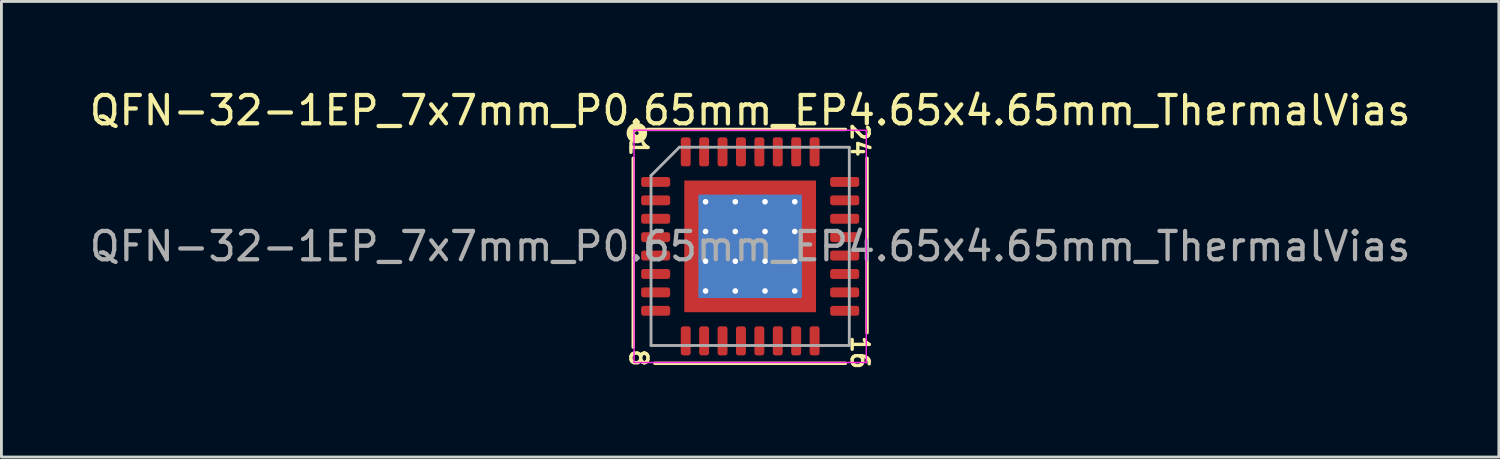
<source format=kicad_pcb>
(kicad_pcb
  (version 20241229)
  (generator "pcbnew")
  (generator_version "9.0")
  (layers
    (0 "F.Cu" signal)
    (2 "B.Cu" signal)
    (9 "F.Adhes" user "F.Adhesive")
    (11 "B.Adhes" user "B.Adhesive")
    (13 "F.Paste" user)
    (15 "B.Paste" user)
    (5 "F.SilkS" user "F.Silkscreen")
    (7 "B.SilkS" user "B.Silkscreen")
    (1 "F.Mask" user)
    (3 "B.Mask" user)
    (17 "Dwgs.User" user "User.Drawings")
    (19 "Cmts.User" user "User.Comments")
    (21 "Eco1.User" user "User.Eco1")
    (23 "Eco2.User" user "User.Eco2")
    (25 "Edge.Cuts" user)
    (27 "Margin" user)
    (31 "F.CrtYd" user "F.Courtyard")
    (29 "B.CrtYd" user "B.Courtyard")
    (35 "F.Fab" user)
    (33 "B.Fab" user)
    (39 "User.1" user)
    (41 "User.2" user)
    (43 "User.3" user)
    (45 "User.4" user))
  (footprint "QFN-32-1EP_7x7mm_P0.65mm_EP4.65x4.65mm_ThermalVias"
    (layer "F.Cu")
    (at 23.435 5.648)
    (property "Reference" "QFN-32-1EP_7x7mm_P0.65mm_EP4.65x4.65mm_ThermalVias" (at 0 -4.8 0) (layer "F.SilkS") (effects (font (size 1 1) (thickness 0.15))))
    (attr smd)
    (fp_line (start -4.128 -3.111) (end -4.128 3.556) (stroke (width 0.12) (type solid)) (layer "F.SilkS"))
    (fp_line (start -3.365 4.128) (end 3.365 4.128) (stroke (width 0.12) (type solid)) (layer "F.SilkS"))
    (fp_line (start 3.365 -4.128) (end -3.619 -4.128) (stroke (width 0.12) (type solid)) (layer "F.SilkS"))
    (fp_line (start 4.128 3.048) (end 4.128 -3.111) (stroke (width 0.12) (type solid)) (layer "F.SilkS"))
    (fp_circle (center -4 -4) (end -3.937 -4) (stroke (width 0.3) (type solid)) (fill no) (layer "F.SilkS"))
    (fp_line (start -4.1 -4.1) (end -4.1 4.1) (stroke (width 0.05) (type solid)) (layer "F.CrtYd"))
    (fp_line (start -4.1 4.1) (end 4.1 4.1) (stroke (width 0.05) (type solid)) (layer "F.CrtYd"))
    (fp_line (start 4.1 -4.1) (end -4.1 -4.1) (stroke (width 0.05) (type solid)) (layer "F.CrtYd"))
    (fp_line (start 4.1 4.1) (end 4.1 -4.1) (stroke (width 0.05) (type solid)) (layer "F.CrtYd"))
    (fp_line (start -3.5 -2.5) (end -2.5 -3.5) (stroke (width 0.1) (type solid)) (layer "F.Fab"))
    (fp_line (start -3.5 3.5) (end -3.5 -2.5) (stroke (width 0.1) (type solid)) (layer "F.Fab"))
    (fp_line (start -2.5 -3.5) (end 3.5 -3.5) (stroke (width 0.1) (type solid)) (layer "F.Fab"))
    (fp_line (start 3.5 -3.5) (end 3.5 3.5) (stroke (width 0.1) (type solid)) (layer "F.Fab"))
    (fp_line (start 3.5 3.5) (end -3.5 3.5) (stroke (width 0.1) (type solid)) (layer "F.Fab"))
    (fp_text user "16" (at 3.873 3.747 270) (unlocked yes) (layer "F.SilkS") (effects (font (size 0.6 0.6) (thickness 0.12))))
    (fp_text user "1" (at -3.937 -3.493 270) (unlocked yes) (layer "F.SilkS") (effects (font (size 0.6 0.6) (thickness 0.12))))
    (fp_text user "24" (at 3.873 -3.747 270) (unlocked yes) (layer "F.SilkS") (effects (font (size 0.6 0.6) (thickness 0.12))))
    (fp_text user "8" (at -3.937 3.937 270) (unlocked yes) (layer "F.SilkS") (effects (font (size 0.6 0.6) (thickness 0.12))))
    (fp_text user "${REFERENCE}" (at 0 0 0) (layer "F.Fab") (effects (font (size 1 1) (thickness 0.15))))
    (pad "" smd custom (at -1.95 -1.95) (size 0.507 0.507) (layers "F.Paste") (options (anchor circle)) (primitives (gr_poly (pts (xy 0.205 0.125) (xy 0.125 0.205) (xy -0.205 0.205) (xy -0.205 -0.205) (xy 0.205 -0.205)) (width 0.194) (fill yes))))
    (pad "" smd custom (at -1.95 -1.05) (size 0.528 0.528) (layers "F.Paste") (options (anchor circle)) (primitives (gr_poly (pts (xy 0.226 -0.283) (xy 0.226 0.283) (xy 0.162 0.347) (xy -0.226 0.347) (xy -0.226 -0.347) (xy 0.162 -0.347)) (width 0.153) (fill yes))))
    (pad "" smd custom (at -1.95 0) (size 0.528 0.528) (layers "F.Paste") (options (anchor circle)) (primitives (gr_poly (pts (xy 0.226 -0.283) (xy 0.226 0.283) (xy 0.162 0.347) (xy -0.226 0.347) (xy -0.226 -0.347) (xy 0.162 -0.347)) (width 0.153) (fill yes))))
    (pad "" smd custom (at -1.95 1.05) (size 0.528 0.528) (layers "F.Paste") (options (anchor circle)) (primitives (gr_poly (pts (xy 0.226 -0.283) (xy 0.226 0.283) (xy 0.162 0.347) (xy -0.226 0.347) (xy -0.226 -0.347) (xy 0.162 -0.347)) (width 0.153) (fill yes))))
    (pad "" smd custom (at -1.95 1.95) (size 0.507 0.507) (layers "F.Paste") (options (anchor circle)) (primitives (gr_poly (pts (xy 0.205 -0.125) (xy 0.205 0.205) (xy -0.205 0.205) (xy -0.205 -0.205) (xy 0.125 -0.205)) (width 0.194) (fill yes))))
    (pad "" smd custom (at -1.05 -1.95) (size 0.528 0.528) (layers "F.Paste") (options (anchor circle)) (primitives (gr_poly (pts (xy 0.347 0.162) (xy 0.283 0.226) (xy -0.283 0.226) (xy -0.347 0.162) (xy -0.347 -0.226) (xy 0.347 -0.226)) (width 0.153) (fill yes))))
    (pad "" smd roundrect (at -1.05 -1.05) (size 0.847 0.847) (layers "F.Paste") (roundrect_rratio 0.25))
    (pad "" smd roundrect (at -1.05 0) (size 0.847 0.847) (layers "F.Paste") (roundrect_rratio 0.25))
    (pad "" smd roundrect (at -1.05 1.05) (size 0.847 0.847) (layers "F.Paste") (roundrect_rratio 0.25))
    (pad "" smd custom (at -1.05 1.95) (size 0.528 0.528) (layers "F.Paste") (options (anchor circle)) (primitives (gr_poly (pts (xy 0.347 -0.162) (xy 0.347 0.226) (xy -0.347 0.226) (xy -0.347 -0.162) (xy -0.283 -0.226) (xy 0.283 -0.226)) (width 0.153) (fill yes))))
    (pad "" smd custom (at 0 -1.95) (size 0.528 0.528) (layers "F.Paste") (options (anchor circle)) (primitives (gr_poly (pts (xy 0.347 0.162) (xy 0.283 0.226) (xy -0.283 0.226) (xy -0.347 0.162) (xy -0.347 -0.226) (xy 0.347 -0.226)) (width 0.153) (fill yes))))
    (pad "" smd roundrect (at 0 -1.05) (size 0.847 0.847) (layers "F.Paste") (roundrect_rratio 0.25))
    (pad "" smd roundrect (at 0 0) (size 0.847 0.847) (layers "F.Paste") (roundrect_rratio 0.25))
    (pad "" smd roundrect (at 0 1.05) (size 0.847 0.847) (layers "F.Paste") (roundrect_rratio 0.25))
    (pad "" smd custom (at 0 1.95) (size 0.528 0.528) (layers "F.Paste") (options (anchor circle)) (primitives (gr_poly (pts (xy 0.347 -0.162) (xy 0.347 0.226) (xy -0.347 0.226) (xy -0.347 -0.162) (xy -0.283 -0.226) (xy 0.283 -0.226)) (width 0.153) (fill yes))))
    (pad "" smd custom (at 1.05 -1.95) (size 0.528 0.528) (layers "F.Paste") (options (anchor circle)) (primitives (gr_poly (pts (xy 0.347 0.162) (xy 0.283 0.226) (xy -0.283 0.226) (xy -0.347 0.162) (xy -0.347 -0.226) (xy 0.347 -0.226)) (width 0.153) (fill yes))))
    (pad "" smd roundrect (at 1.05 -1.05) (size 0.847 0.847) (layers "F.Paste") (roundrect_rratio 0.25))
    (pad "" smd roundrect (at 1.05 0) (size 0.847 0.847) (layers "F.Paste") (roundrect_rratio 0.25))
    (pad "" smd roundrect (at 1.05 1.05) (size 0.847 0.847) (layers "F.Paste") (roundrect_rratio 0.25))
    (pad "" smd custom (at 1.05 1.95) (size 0.528 0.528) (layers "F.Paste") (options (anchor circle)) (primitives (gr_poly (pts (xy 0.347 -0.162) (xy 0.347 0.226) (xy -0.347 0.226) (xy -0.347 -0.162) (xy -0.283 -0.226) (xy 0.283 -0.226)) (width 0.153) (fill yes))))
    (pad "" smd custom (at 1.95 -1.95) (size 0.507 0.507) (layers "F.Paste") (options (anchor circle)) (primitives (gr_poly (pts (xy 0.205 0.205) (xy -0.125 0.205) (xy -0.205 0.125) (xy -0.205 -0.205) (xy 0.205 -0.205)) (width 0.194) (fill yes))))
    (pad "" smd custom (at 1.95 -1.05) (size 0.528 0.528) (layers "F.Paste") (options (anchor circle)) (primitives (gr_poly (pts (xy 0.226 0.347) (xy -0.162 0.347) (xy -0.226 0.283) (xy -0.226 -0.283) (xy -0.162 -0.347) (xy 0.226 -0.347)) (width 0.153) (fill yes))))
    (pad "" smd custom (at 1.95 0) (size 0.528 0.528) (layers "F.Paste") (options (anchor circle)) (primitives (gr_poly (pts (xy 0.226 0.347) (xy -0.162 0.347) (xy -0.226 0.283) (xy -0.226 -0.283) (xy -0.162 -0.347) (xy 0.226 -0.347)) (width 0.153) (fill yes))))
    (pad "" smd custom (at 1.95 1.05) (size 0.528 0.528) (layers "F.Paste") (options (anchor circle)) (primitives (gr_poly (pts (xy 0.226 0.347) (xy -0.162 0.347) (xy -0.226 0.283) (xy -0.226 -0.283) (xy -0.162 -0.347) (xy 0.226 -0.347)) (width 0.153) (fill yes))))
    (pad "" smd custom (at 1.95 1.95) (size 0.507 0.507) (layers "F.Paste") (options (anchor circle)) (primitives (gr_poly (pts (xy 0.205 0.205) (xy -0.205 0.205) (xy -0.205 -0.125) (xy -0.125 -0.205) (xy 0.205 -0.205)) (width 0.194) (fill yes))))
    (pad "1" smd roundrect (at -3.337 -2.275) (size 1.025 0.35) (layers "F.Cu" "F.Mask" "F.Paste") (roundrect_rratio 0.25))
    (pad "2" smd roundrect (at -3.337 -1.625) (size 1.025 0.35) (layers "F.Cu" "F.Mask" "F.Paste") (roundrect_rratio 0.25))
    (pad "3" smd roundrect (at -3.337 -0.975) (size 1.025 0.35) (layers "F.Cu" "F.Mask" "F.Paste") (roundrect_rratio 0.25))
    (pad "4" smd roundrect (at -3.337 -0.325) (size 1.025 0.35) (layers "F.Cu" "F.Mask" "F.Paste") (roundrect_rratio 0.25))
    (pad "5" smd roundrect (at -3.337 0.325) (size 1.025 0.35) (layers "F.Cu" "F.Mask" "F.Paste") (roundrect_rratio 0.25))
    (pad "6" smd roundrect (at -3.337 0.975) (size 1.025 0.35) (layers "F.Cu" "F.Mask" "F.Paste") (roundrect_rratio 0.25))
    (pad "7" smd roundrect (at -3.337 1.625) (size 1.025 0.35) (layers "F.Cu" "F.Mask" "F.Paste") (roundrect_rratio 0.25))
    (pad "8" smd roundrect (at -3.337 2.275) (size 1.025 0.35) (layers "F.Cu" "F.Mask" "F.Paste") (roundrect_rratio 0.25))
    (pad "9" smd roundrect (at -2.275 3.337) (size 0.35 1.025) (layers "F.Cu" "F.Mask" "F.Paste") (roundrect_rratio 0.25))
    (pad "10" smd roundrect (at -1.625 3.337) (size 0.35 1.025) (layers "F.Cu" "F.Mask" "F.Paste") (roundrect_rratio 0.25))
    (pad "11" smd roundrect (at -0.975 3.337) (size 0.35 1.025) (layers "F.Cu" "F.Mask" "F.Paste") (roundrect_rratio 0.25))
    (pad "12" smd roundrect (at -0.325 3.337) (size 0.35 1.025) (layers "F.Cu" "F.Mask" "F.Paste") (roundrect_rratio 0.25))
    (pad "13" smd roundrect (at 0.325 3.337) (size 0.35 1.025) (layers "F.Cu" "F.Mask" "F.Paste") (roundrect_rratio 0.25))
    (pad "14" smd roundrect (at 0.975 3.337) (size 0.35 1.025) (layers "F.Cu" "F.Mask" "F.Paste") (roundrect_rratio 0.25))
    (pad "15" smd roundrect (at 1.625 3.337) (size 0.35 1.025) (layers "F.Cu" "F.Mask" "F.Paste") (roundrect_rratio 0.25))
    (pad "16" smd roundrect (at 2.275 3.337) (size 0.35 1.025) (layers "F.Cu" "F.Mask" "F.Paste") (roundrect_rratio 0.25))
    (pad "17" smd roundrect (at 3.337 2.275) (size 1.025 0.35) (layers "F.Cu" "F.Mask" "F.Paste") (roundrect_rratio 0.25))
    (pad "18" smd roundrect (at 3.337 1.625) (size 1.025 0.35) (layers "F.Cu" "F.Mask" "F.Paste") (roundrect_rratio 0.25))
    (pad "19" smd roundrect (at 3.337 0.975) (size 1.025 0.35) (layers "F.Cu" "F.Mask" "F.Paste") (roundrect_rratio 0.25))
    (pad "20" smd roundrect (at 3.337 0.325) (size 1.025 0.35) (layers "F.Cu" "F.Mask" "F.Paste") (roundrect_rratio 0.25))
    (pad "21" smd roundrect (at 3.337 -0.325) (size 1.025 0.35) (layers "F.Cu" "F.Mask" "F.Paste") (roundrect_rratio 0.25))
    (pad "22" smd roundrect (at 3.337 -0.975) (size 1.025 0.35) (layers "F.Cu" "F.Mask" "F.Paste") (roundrect_rratio 0.25))
    (pad "23" smd roundrect (at 3.337 -1.625) (size 1.025 0.35) (layers "F.Cu" "F.Mask" "F.Paste") (roundrect_rratio 0.25))
    (pad "24" smd roundrect (at 3.337 -2.275) (size 1.025 0.35) (layers "F.Cu" "F.Mask" "F.Paste") (roundrect_rratio 0.25))
    (pad "25" smd roundrect (at 2.275 -3.337) (size 0.35 1.025) (layers "F.Cu" "F.Mask" "F.Paste") (roundrect_rratio 0.25))
    (pad "26" smd roundrect (at 1.625 -3.337) (size 0.35 1.025) (layers "F.Cu" "F.Mask" "F.Paste") (roundrect_rratio 0.25))
    (pad "27" smd roundrect (at 0.975 -3.337) (size 0.35 1.025) (layers "F.Cu" "F.Mask" "F.Paste") (roundrect_rratio 0.25))
    (pad "28" smd roundrect (at 0.325 -3.337) (size 0.35 1.025) (layers "F.Cu" "F.Mask" "F.Paste") (roundrect_rratio 0.25))
    (pad "29" smd roundrect (at -0.325 -3.337) (size 0.35 1.025) (layers "F.Cu" "F.Mask" "F.Paste") (roundrect_rratio 0.25))
    (pad "30" smd roundrect (at -0.975 -3.337) (size 0.35 1.025) (layers "F.Cu" "F.Mask" "F.Paste") (roundrect_rratio 0.25))
    (pad "31" smd roundrect (at -1.625 -3.337) (size 0.35 1.025) (layers "F.Cu" "F.Mask" "F.Paste") (roundrect_rratio 0.25))
    (pad "32" smd roundrect (at -2.275 -3.337) (size 0.35 1.025) (layers "F.Cu" "F.Mask" "F.Paste") (roundrect_rratio 0.25))
    (pad "33" thru_hole circle (at -1.575 -1.575) (size 0.5 0.5) (drill 0.2) (layers "*.Cu"))
    (pad "33" thru_hole circle (at -1.575 -0.525) (size 0.5 0.5) (drill 0.2) (layers "*.Cu"))
    (pad "33" thru_hole circle (at -1.575 0.525) (size 0.5 0.5) (drill 0.2) (layers "*.Cu"))
    (pad "33" thru_hole circle (at -1.575 1.575) (size 0.5 0.5) (drill 0.2) (layers "*.Cu"))
    (pad "33" thru_hole circle (at -0.525 -1.575) (size 0.5 0.5) (drill 0.2) (layers "*.Cu"))
    (pad "33" thru_hole circle (at -0.525 -0.525) (size 0.5 0.5) (drill 0.2) (layers "*.Cu"))
    (pad "33" thru_hole circle (at -0.525 0.525) (size 0.5 0.5) (drill 0.2) (layers "*.Cu"))
    (pad "33" thru_hole circle (at -0.525 1.575) (size 0.5 0.5) (drill 0.2) (layers "*.Cu"))
    (pad "33" smd rect (at 0 0) (size 3.65 3.65) (layers "B.Cu" "B.Mask"))
    (pad "33" smd rect (at 0 0) (size 4.65 4.65) (layers "F.Cu" "F.Mask"))
    (pad "33" thru_hole circle (at 0.525 -1.575) (size 0.5 0.5) (drill 0.2) (layers "*.Cu"))
    (pad "33" thru_hole circle (at 0.525 -0.525) (size 0.5 0.5) (drill 0.2) (layers "*.Cu"))
    (pad "33" thru_hole circle (at 0.525 0.525) (size 0.5 0.5) (drill 0.2) (layers "*.Cu"))
    (pad "33" thru_hole circle (at 0.525 1.575) (size 0.5 0.5) (drill 0.2) (layers "*.Cu"))
    (pad "33" thru_hole circle (at 1.575 -1.575) (size 0.5 0.5) (drill 0.2) (layers "*.Cu"))
    (pad "33" thru_hole circle (at 1.575 -0.525) (size 0.5 0.5) (drill 0.2) (layers "*.Cu"))
    (pad "33" thru_hole circle (at 1.575 0.525) (size 0.5 0.5) (drill 0.2) (layers "*.Cu"))
    (pad "33" thru_hole circle (at 1.575 1.575) (size 0.5 0.5) (drill 0.2) (layers "*.Cu")))
  (gr_rect
    (start -3 -3)
    (end 49.869 13.086)
    (stroke (width 0.1) (type default))
    (fill no)
    (layer "Edge.Cuts")))
</source>
